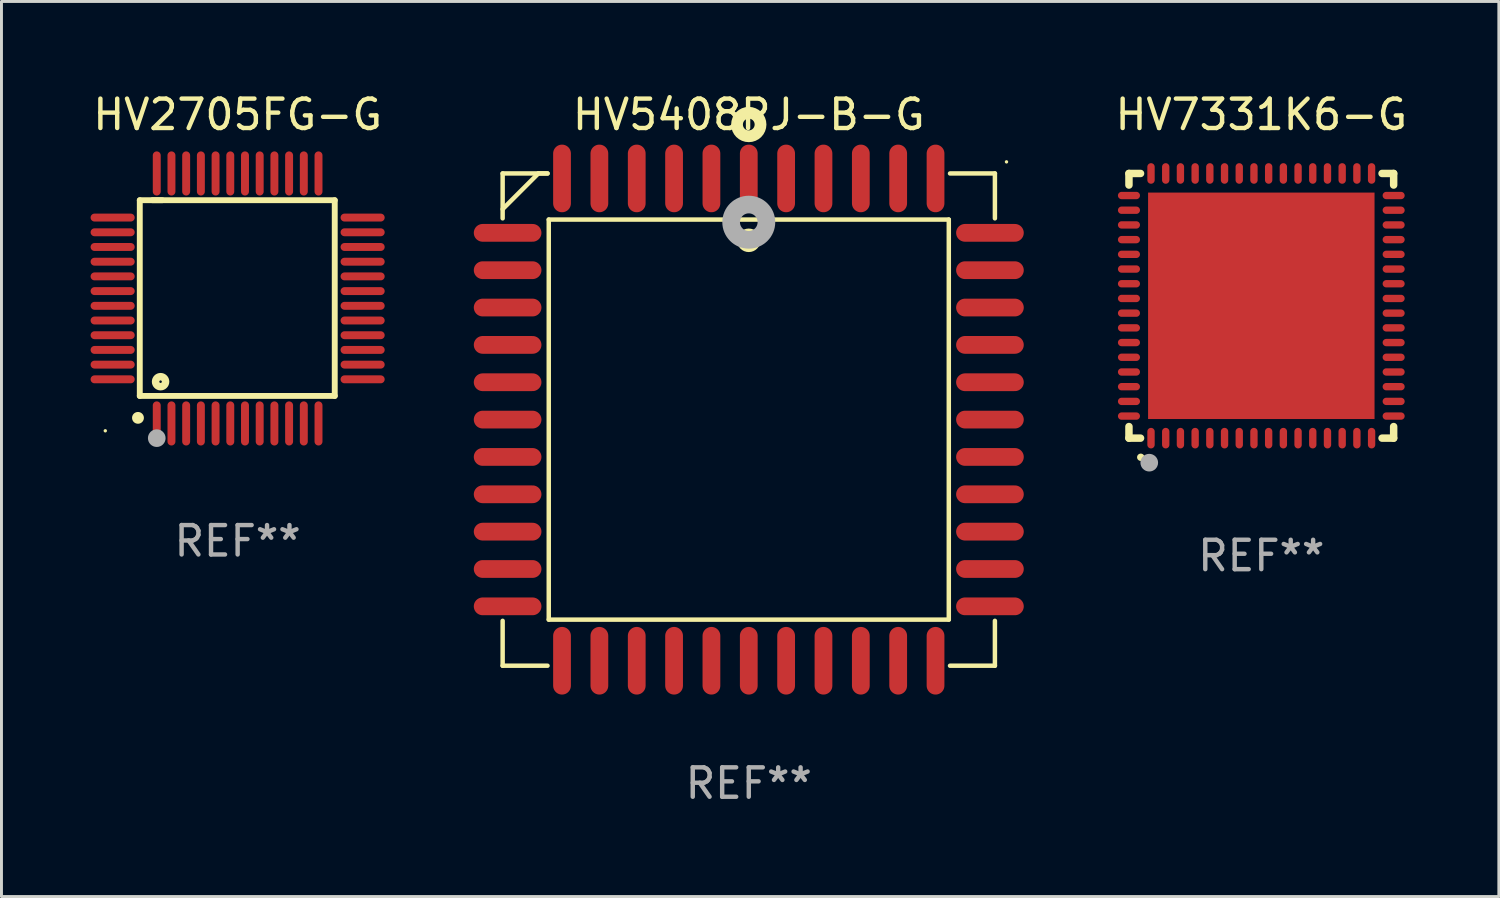
<source format=kicad_pcb>
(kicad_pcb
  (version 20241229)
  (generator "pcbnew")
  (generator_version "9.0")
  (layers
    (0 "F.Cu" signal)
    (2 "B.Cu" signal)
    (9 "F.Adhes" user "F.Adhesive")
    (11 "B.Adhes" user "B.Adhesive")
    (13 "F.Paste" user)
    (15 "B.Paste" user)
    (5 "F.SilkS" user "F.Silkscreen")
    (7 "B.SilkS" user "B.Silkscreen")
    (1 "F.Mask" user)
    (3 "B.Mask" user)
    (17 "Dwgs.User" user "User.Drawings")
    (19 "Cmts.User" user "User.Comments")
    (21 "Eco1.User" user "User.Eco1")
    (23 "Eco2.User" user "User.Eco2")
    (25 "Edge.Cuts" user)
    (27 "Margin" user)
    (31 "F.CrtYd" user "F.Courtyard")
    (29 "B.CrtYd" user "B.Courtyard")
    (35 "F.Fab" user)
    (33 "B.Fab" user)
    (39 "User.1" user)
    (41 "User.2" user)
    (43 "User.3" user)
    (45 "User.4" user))
  (footprint "HV5408PJ-B-G"
    (layer "F.Cu")
    (at 22.41 11.217)
    (property "Reference" "HV5408PJ-B-G" (at 0 -10.369 0) (layer "F.SilkS") (effects (font (size 1 1) (thickness 0.15))))
    (attr through_hole)
    (fp_line (start -8.369 -8.369) (end -8.369 -6.843) (stroke (width 0.152) (type solid)) (layer "F.SilkS"))
    (fp_line (start -8.369 8.369) (end -8.369 6.843) (stroke (width 0.152) (type solid)) (layer "F.SilkS"))
    (fp_line (start -7.156 -8.369) (end -8.369 -7.156) (stroke (width 0.152) (type solid)) (layer "F.SilkS"))
    (fp_line (start -6.843 -8.369) (end -8.369 -8.369) (stroke (width 0.152) (type solid)) (layer "F.SilkS"))
    (fp_line (start -6.843 -8.369) (end -7.156 -8.369) (stroke (width 0.152) (type solid)) (layer "F.SilkS"))
    (fp_line (start -6.843 8.369) (end -8.369 8.369) (stroke (width 0.152) (type solid)) (layer "F.SilkS"))
    (fp_line (start -6.801 -6.801) (end 6.801 -6.801) (stroke (width 0.152) (type solid)) (layer "F.SilkS"))
    (fp_line (start -6.801 6.801) (end -6.801 -6.801) (stroke (width 0.152) (type solid)) (layer "F.SilkS"))
    (fp_line (start 6.801 -6.801) (end 6.801 6.801) (stroke (width 0.152) (type solid)) (layer "F.SilkS"))
    (fp_line (start 6.801 6.801) (end -6.801 6.801) (stroke (width 0.152) (type solid)) (layer "F.SilkS"))
    (fp_line (start 6.843 -8.369) (end 8.369 -8.369) (stroke (width 0.152) (type solid)) (layer "F.SilkS"))
    (fp_line (start 6.843 8.369) (end 8.369 8.369) (stroke (width 0.152) (type solid)) (layer "F.SilkS"))
    (fp_line (start 8.369 -8.369) (end 8.369 -6.843) (stroke (width 0.152) (type solid)) (layer "F.SilkS"))
    (fp_line (start 8.369 8.369) (end 8.369 6.843) (stroke (width 0.152) (type solid)) (layer "F.SilkS"))
    (fp_circle (center -0.000013 -6.096) (end 0.2 -6.096) (stroke (width 0.4) (type solid)) (fill no) (layer "F.SilkS"))
    (fp_circle (center 0.000114 -10.033) (end 0.2 -10.033) (stroke (width 0.4) (type solid)) (fill no) (layer "F.SilkS"))
    (fp_circle (center 8.763 -8.763) (end 8.793 -8.763) (stroke (width 0.06) (type solid)) (fill no) (layer "F.SilkS"))
    (fp_circle (center 0.000114 -6.712) (end 0.3 -6.712) (stroke (width 0.6) (type solid)) (fill no) (layer "F.Fab"))
    (fp_text user "REF**" (at 0 12.369 0) (layer "F.Fab") (effects (font (size 1 1) (thickness 0.15))))
    (pad "1" smd oval (at 0.000114 -8.2) (size 0.604 2.3) (layers "F.Cu" "F.Mask" "F.Paste"))
    (pad "2" smd oval (at -1.27 -8.2) (size 0.604 2.3) (layers "F.Cu" "F.Mask" "F.Paste"))
    (pad "3" smd oval (at -2.54 -8.2) (size 0.604 2.3) (layers "F.Cu" "F.Mask" "F.Paste"))
    (pad "4" smd oval (at -3.81 -8.2) (size 0.604 2.3) (layers "F.Cu" "F.Mask" "F.Paste"))
    (pad "5" smd oval (at -5.08 -8.2) (size 0.604 2.3) (layers "F.Cu" "F.Mask" "F.Paste"))
    (pad "6" smd oval (at -6.35 -8.2) (size 0.604 2.3) (layers "F.Cu" "F.Mask" "F.Paste"))
    (pad "7" smd oval (at -8.2 -6.35) (size 2.3 0.604) (layers "F.Cu" "F.Mask" "F.Paste"))
    (pad "8" smd oval (at -8.2 -5.08) (size 2.3 0.604) (layers "F.Cu" "F.Mask" "F.Paste"))
    (pad "9" smd oval (at -8.2 -3.81) (size 2.3 0.604) (layers "F.Cu" "F.Mask" "F.Paste"))
    (pad "10" smd oval (at -8.2 -2.54) (size 2.3 0.604) (layers "F.Cu" "F.Mask" "F.Paste"))
    (pad "11" smd oval (at -8.2 -1.27) (size 2.3 0.604) (layers "F.Cu" "F.Mask" "F.Paste"))
    (pad "12" smd oval (at -8.2 0.000127) (size 2.3 0.604) (layers "F.Cu" "F.Mask" "F.Paste"))
    (pad "13" smd oval (at -8.2 1.27) (size 2.3 0.604) (layers "F.Cu" "F.Mask" "F.Paste"))
    (pad "14" smd oval (at -8.2 2.54) (size 2.3 0.604) (layers "F.Cu" "F.Mask" "F.Paste"))
    (pad "15" smd oval (at -8.2 3.81) (size 2.3 0.604) (layers "F.Cu" "F.Mask" "F.Paste"))
    (pad "16" smd oval (at -8.2 5.08) (size 2.3 0.604) (layers "F.Cu" "F.Mask" "F.Paste"))
    (pad "17" smd oval (at -8.2 6.35) (size 2.3 0.604) (layers "F.Cu" "F.Mask" "F.Paste"))
    (pad "18" smd oval (at -6.35 8.2) (size 0.604 2.3) (layers "F.Cu" "F.Mask" "F.Paste"))
    (pad "19" smd oval (at -5.08 8.2) (size 0.604 2.3) (layers "F.Cu" "F.Mask" "F.Paste"))
    (pad "20" smd oval (at -3.81 8.2) (size 0.604 2.3) (layers "F.Cu" "F.Mask" "F.Paste"))
    (pad "21" smd oval (at -2.54 8.2) (size 0.604 2.3) (layers "F.Cu" "F.Mask" "F.Paste"))
    (pad "22" smd oval (at -1.27 8.2) (size 0.604 2.3) (layers "F.Cu" "F.Mask" "F.Paste"))
    (pad "23" smd oval (at 0.000114 8.2) (size 0.604 2.3) (layers "F.Cu" "F.Mask" "F.Paste"))
    (pad "24" smd oval (at 1.27 8.2) (size 0.604 2.3) (layers "F.Cu" "F.Mask" "F.Paste"))
    (pad "25" smd oval (at 2.54 8.2) (size 0.604 2.3) (layers "F.Cu" "F.Mask" "F.Paste"))
    (pad "26" smd oval (at 3.81 8.2) (size 0.604 2.3) (layers "F.Cu" "F.Mask" "F.Paste"))
    (pad "27" smd oval (at 5.08 8.2) (size 0.604 2.3) (layers "F.Cu" "F.Mask" "F.Paste"))
    (pad "28" smd oval (at 6.35 8.2) (size 0.604 2.3) (layers "F.Cu" "F.Mask" "F.Paste"))
    (pad "29" smd oval (at 8.2 6.35) (size 2.3 0.604) (layers "F.Cu" "F.Mask" "F.Paste"))
    (pad "30" smd oval (at 8.2 5.08) (size 2.3 0.604) (layers "F.Cu" "F.Mask" "F.Paste"))
    (pad "31" smd oval (at 8.2 3.81) (size 2.3 0.604) (layers "F.Cu" "F.Mask" "F.Paste"))
    (pad "32" smd oval (at 8.2 2.54) (size 2.3 0.604) (layers "F.Cu" "F.Mask" "F.Paste"))
    (pad "33" smd oval (at 8.2 1.27) (size 2.3 0.604) (layers "F.Cu" "F.Mask" "F.Paste"))
    (pad "34" smd oval (at 8.2 0.000127) (size 2.3 0.604) (layers "F.Cu" "F.Mask" "F.Paste"))
    (pad "35" smd oval (at 8.2 -1.27) (size 2.3 0.604) (layers "F.Cu" "F.Mask" "F.Paste"))
    (pad "36" smd oval (at 8.2 -2.54) (size 2.3 0.604) (layers "F.Cu" "F.Mask" "F.Paste"))
    (pad "37" smd oval (at 8.2 -3.81) (size 2.3 0.604) (layers "F.Cu" "F.Mask" "F.Paste"))
    (pad "38" smd oval (at 8.2 -5.08) (size 2.3 0.604) (layers "F.Cu" "F.Mask" "F.Paste"))
    (pad "39" smd oval (at 8.2 -6.35) (size 2.3 0.604) (layers "F.Cu" "F.Mask" "F.Paste"))
    (pad "40" smd oval (at 6.35 -8.2) (size 0.604 2.3) (layers "F.Cu" "F.Mask" "F.Paste"))
    (pad "41" smd oval (at 5.08 -8.2) (size 0.604 2.3) (layers "F.Cu" "F.Mask" "F.Paste"))
    (pad "42" smd oval (at 3.81 -8.2) (size 0.604 2.3) (layers "F.Cu" "F.Mask" "F.Paste"))
    (pad "43" smd oval (at 2.54 -8.2) (size 0.604 2.3) (layers "F.Cu" "F.Mask" "F.Paste"))
    (pad "44" smd oval (at 1.27 -8.2) (size 0.604 2.3) (layers "F.Cu" "F.Mask" "F.Paste")))
  (footprint "HV7331K6-G"
    (layer "F.Cu")
    (at 39.837 7.348)
    (property "Reference" "HV7331K6-G" (at 0 -6.5 0) (layer "F.SilkS") (effects (font (size 1 1) (thickness 0.15))))
    (attr through_hole)
    (fp_line (start -4.5 -4.5) (end -4.106 -4.5) (stroke (width 0.254) (type solid)) (layer "F.SilkS"))
    (fp_line (start -4.5 -4.106) (end -4.5 -4.5) (stroke (width 0.254) (type solid)) (layer "F.SilkS"))
    (fp_line (start -4.5 4.5) (end -4.5 4.106) (stroke (width 0.254) (type solid)) (layer "F.SilkS"))
    (fp_line (start -4.106 4.5) (end -4.5 4.5) (stroke (width 0.254) (type solid)) (layer "F.SilkS"))
    (fp_line (start 4.106 -4.5) (end 4.5 -4.5) (stroke (width 0.254) (type solid)) (layer "F.SilkS"))
    (fp_line (start 4.5 -4.5) (end 4.5 -4.106) (stroke (width 0.254) (type solid)) (layer "F.SilkS"))
    (fp_line (start 4.5 4.106) (end 4.5 4.5) (stroke (width 0.254) (type solid)) (layer "F.SilkS"))
    (fp_line (start 4.5 4.5) (end 4.106 4.5) (stroke (width 0.254) (type solid)) (layer "F.SilkS"))
    (fp_arc (start -4.099987 5.149898) (mid -4.098717 5.149892) (end -4.097447 5.149898) (stroke (width 0.24892) (type solid)) (layer "F.SilkS"))
    (fp_circle (center -4.5 4.5) (end -4.47 4.5) (stroke (width 0.06) (type solid)) (fill no) (layer "F.SilkS"))
    (fp_circle (center -3.81 5.334) (end -3.66 5.334) (stroke (width 0.3) (type solid)) (fill no) (layer "F.Fab"))
    (fp_text user "REF**" (at 0 8.5 0) (layer "F.Fab") (effects (font (size 1 1) (thickness 0.15))))
    (pad "1" smd oval (at -3.75 4.5) (size 0.25 0.7) (layers "F.Cu" "F.Mask" "F.Paste"))
    (pad "2" smd oval (at -3.25 4.5) (size 0.25 0.7) (layers "F.Cu" "F.Mask" "F.Paste"))
    (pad "3" smd oval (at -2.75 4.5) (size 0.25 0.7) (layers "F.Cu" "F.Mask" "F.Paste"))
    (pad "4" smd oval (at -2.25 4.5) (size 0.25 0.7) (layers "F.Cu" "F.Mask" "F.Paste"))
    (pad "5" smd oval (at -1.75 4.5) (size 0.25 0.7) (layers "F.Cu" "F.Mask" "F.Paste"))
    (pad "6" smd oval (at -1.25 4.5) (size 0.25 0.7) (layers "F.Cu" "F.Mask" "F.Paste"))
    (pad "7" smd oval (at -0.75 4.5) (size 0.25 0.7) (layers "F.Cu" "F.Mask" "F.Paste"))
    (pad "8" smd oval (at -0.25 4.5) (size 0.25 0.7) (layers "F.Cu" "F.Mask" "F.Paste"))
    (pad "9" smd oval (at 0.25 4.5) (size 0.25 0.7) (layers "F.Cu" "F.Mask" "F.Paste"))
    (pad "10" smd oval (at 0.75 4.5) (size 0.25 0.7) (layers "F.Cu" "F.Mask" "F.Paste"))
    (pad "11" smd oval (at 1.25 4.5) (size 0.25 0.7) (layers "F.Cu" "F.Mask" "F.Paste"))
    (pad "12" smd oval (at 1.75 4.5) (size 0.25 0.7) (layers "F.Cu" "F.Mask" "F.Paste"))
    (pad "13" smd oval (at 2.25 4.5) (size 0.25 0.7) (layers "F.Cu" "F.Mask" "F.Paste"))
    (pad "14" smd oval (at 2.75 4.5) (size 0.25 0.7) (layers "F.Cu" "F.Mask" "F.Paste"))
    (pad "15" smd oval (at 3.25 4.5) (size 0.25 0.7) (layers "F.Cu" "F.Mask" "F.Paste"))
    (pad "16" smd oval (at 3.75 4.5) (size 0.25 0.7) (layers "F.Cu" "F.Mask" "F.Paste"))
    (pad "17" smd oval (at 4.5 3.75) (size 0.75 0.25) (layers "F.Cu" "F.Mask" "F.Paste"))
    (pad "18" smd oval (at 4.5 3.25) (size 0.75 0.25) (layers "F.Cu" "F.Mask" "F.Paste"))
    (pad "19" smd oval (at 4.5 2.75) (size 0.75 0.25) (layers "F.Cu" "F.Mask" "F.Paste"))
    (pad "20" smd oval (at 4.5 2.25) (size 0.75 0.25) (layers "F.Cu" "F.Mask" "F.Paste"))
    (pad "21" smd oval (at 4.5 1.75) (size 0.75 0.25) (layers "F.Cu" "F.Mask" "F.Paste"))
    (pad "22" smd oval (at 4.5 1.25) (size 0.75 0.25) (layers "F.Cu" "F.Mask" "F.Paste"))
    (pad "23" smd oval (at 4.5 0.75) (size 0.75 0.25) (layers "F.Cu" "F.Mask" "F.Paste"))
    (pad "24" smd oval (at 4.5 0.25) (size 0.75 0.25) (layers "F.Cu" "F.Mask" "F.Paste"))
    (pad "25" smd oval (at 4.5 -0.25) (size 0.75 0.25) (layers "F.Cu" "F.Mask" "F.Paste"))
    (pad "26" smd oval (at 4.5 -0.75) (size 0.75 0.25) (layers "F.Cu" "F.Mask" "F.Paste"))
    (pad "27" smd oval (at 4.5 -1.25) (size 0.75 0.25) (layers "F.Cu" "F.Mask" "F.Paste"))
    (pad "28" smd oval (at 4.5 -1.75) (size 0.75 0.25) (layers "F.Cu" "F.Mask" "F.Paste"))
    (pad "29" smd oval (at 4.5 -2.25) (size 0.75 0.25) (layers "F.Cu" "F.Mask" "F.Paste"))
    (pad "30" smd oval (at 4.5 -2.75) (size 0.75 0.25) (layers "F.Cu" "F.Mask" "F.Paste"))
    (pad "31" smd oval (at 4.5 -3.25) (size 0.75 0.25) (layers "F.Cu" "F.Mask" "F.Paste"))
    (pad "32" smd oval (at 4.5 -3.75) (size 0.75 0.25) (layers "F.Cu" "F.Mask" "F.Paste"))
    (pad "33" smd oval (at 3.75 -4.5) (size 0.25 0.7) (layers "F.Cu" "F.Mask" "F.Paste"))
    (pad "34" smd oval (at 3.25 -4.5) (size 0.25 0.7) (layers "F.Cu" "F.Mask" "F.Paste"))
    (pad "35" smd oval (at 2.75 -4.5) (size 0.25 0.7) (layers "F.Cu" "F.Mask" "F.Paste"))
    (pad "36" smd oval (at 2.25 -4.5) (size 0.25 0.7) (layers "F.Cu" "F.Mask" "F.Paste"))
    (pad "37" smd oval (at 1.75 -4.5) (size 0.25 0.7) (layers "F.Cu" "F.Mask" "F.Paste"))
    (pad "38" smd oval (at 1.25 -4.5) (size 0.25 0.7) (layers "F.Cu" "F.Mask" "F.Paste"))
    (pad "39" smd oval (at 0.75 -4.5) (size 0.25 0.7) (layers "F.Cu" "F.Mask" "F.Paste"))
    (pad "40" smd oval (at 0.25 -4.5) (size 0.25 0.7) (layers "F.Cu" "F.Mask" "F.Paste"))
    (pad "41" smd oval (at -0.25 -4.5) (size 0.25 0.7) (layers "F.Cu" "F.Mask" "F.Paste"))
    (pad "42" smd oval (at -0.75 -4.5) (size 0.25 0.7) (layers "F.Cu" "F.Mask" "F.Paste"))
    (pad "43" smd oval (at -1.25 -4.5) (size 0.25 0.7) (layers "F.Cu" "F.Mask" "F.Paste"))
    (pad "44" smd oval (at -1.75 -4.5) (size 0.25 0.7) (layers "F.Cu" "F.Mask" "F.Paste"))
    (pad "45" smd oval (at -2.25 -4.5) (size 0.25 0.7) (layers "F.Cu" "F.Mask" "F.Paste"))
    (pad "46" smd oval (at -2.75 -4.5) (size 0.25 0.7) (layers "F.Cu" "F.Mask" "F.Paste"))
    (pad "47" smd oval (at -3.25 -4.5) (size 0.25 0.7) (layers "F.Cu" "F.Mask" "F.Paste"))
    (pad "48" smd oval (at -3.75 -4.5) (size 0.25 0.7) (layers "F.Cu" "F.Mask" "F.Paste"))
    (pad "49" smd oval (at -4.5 -3.75) (size 0.75 0.25) (layers "F.Cu" "F.Mask" "F.Paste"))
    (pad "50" smd oval (at -4.5 -3.25) (size 0.75 0.25) (layers "F.Cu" "F.Mask" "F.Paste"))
    (pad "51" smd oval (at -4.5 -2.75) (size 0.75 0.25) (layers "F.Cu" "F.Mask" "F.Paste"))
    (pad "52" smd oval (at -4.5 -2.25) (size 0.75 0.25) (layers "F.Cu" "F.Mask" "F.Paste"))
    (pad "53" smd oval (at -4.5 -1.75) (size 0.75 0.25) (layers "F.Cu" "F.Mask" "F.Paste"))
    (pad "54" smd oval (at -4.5 -1.25) (size 0.75 0.25) (layers "F.Cu" "F.Mask" "F.Paste"))
    (pad "55" smd oval (at -4.5 -0.75) (size 0.75 0.25) (layers "F.Cu" "F.Mask" "F.Paste"))
    (pad "56" smd oval (at -4.5 -0.25) (size 0.75 0.25) (layers "F.Cu" "F.Mask" "F.Paste"))
    (pad "57" smd oval (at -4.5 0.25) (size 0.75 0.25) (layers "F.Cu" "F.Mask" "F.Paste"))
    (pad "58" smd oval (at -4.5 0.75) (size 0.75 0.25) (layers "F.Cu" "F.Mask" "F.Paste"))
    (pad "59" smd oval (at -4.5 1.25) (size 0.75 0.25) (layers "F.Cu" "F.Mask" "F.Paste"))
    (pad "60" smd oval (at -4.5 1.75) (size 0.75 0.25) (layers "F.Cu" "F.Mask" "F.Paste"))
    (pad "61" smd oval (at -4.5 2.25) (size 0.75 0.25) (layers "F.Cu" "F.Mask" "F.Paste"))
    (pad "62" smd oval (at -4.5 2.75) (size 0.75 0.25) (layers "F.Cu" "F.Mask" "F.Paste"))
    (pad "63" smd oval (at -4.5 3.25) (size 0.75 0.25) (layers "F.Cu" "F.Mask" "F.Paste"))
    (pad "64" smd oval (at -4.5 3.75) (size 0.75 0.25) (layers "F.Cu" "F.Mask" "F.Paste"))
    (pad "65" smd rect (at 0.000394 -0.000013) (size 7.7 7.7) (layers "F.Cu" "F.Mask" "F.Paste")))
  (footprint "HV2705FG-G"
    (layer "F.Cu")
    (at 5.03 7.098)
    (property "Reference" "HV2705FG-G" (at 0 -6.25 0) (layer "F.SilkS") (effects (font (size 1 1) (thickness 0.15))))
    (attr through_hole)
    (fp_line (start -3.327 -3.34) (end -2.565 -3.34) (stroke (width 0.2) (type solid)) (layer "F.SilkS"))
    (fp_line (start -3.327 3.315) (end -3.327 -3.34) (stroke (width 0.2) (type solid)) (layer "F.SilkS"))
    (fp_line (start -2.896 -3.34) (end 3.302 -3.34) (stroke (width 0.2) (type solid)) (layer "F.SilkS"))
    (fp_line (start 3.302 -3.34) (end 3.302 3.315) (stroke (width 0.2) (type solid)) (layer "F.SilkS"))
    (fp_line (start 3.302 3.315) (end -3.327 3.315) (stroke (width 0.2) (type solid)) (layer "F.SilkS"))
    (fp_arc (start -3.389992 4.059995) (mid -3.388722 4.059991) (end -3.387452 4.059995) (stroke (width 0.4) (type solid)) (layer "F.SilkS"))
    (fp_circle (center -4.5 4.5) (end -4.47 4.5) (stroke (width 0.06) (type solid)) (fill no) (layer "F.SilkS"))
    (fp_circle (center -2.62 2.83) (end -2.45 2.83) (stroke (width 0.254) (type solid)) (fill no) (layer "F.SilkS"))
    (fp_circle (center -2.75 4.75) (end -2.6 4.75) (stroke (width 0.3) (type solid)) (fill no) (layer "F.Fab"))
    (fp_text user "REF**" (at 0 8.25 0) (layer "F.Fab") (effects (font (size 1 1) (thickness 0.15))))
    (pad "1" smd oval (at -2.75 4.25) (size 0.27 1.5) (layers "F.Cu" "F.Mask" "F.Paste"))
    (pad "2" smd oval (at -2.25 4.25) (size 0.27 1.5) (layers "F.Cu" "F.Mask" "F.Paste"))
    (pad "3" smd oval (at -1.75 4.25) (size 0.27 1.5) (layers "F.Cu" "F.Mask" "F.Paste"))
    (pad "4" smd oval (at -1.25 4.25) (size 0.27 1.5) (layers "F.Cu" "F.Mask" "F.Paste"))
    (pad "5" smd oval (at -0.75 4.25) (size 0.27 1.5) (layers "F.Cu" "F.Mask" "F.Paste"))
    (pad "6" smd oval (at -0.25 4.25) (size 0.27 1.5) (layers "F.Cu" "F.Mask" "F.Paste"))
    (pad "7" smd oval (at 0.25 4.25) (size 0.27 1.5) (layers "F.Cu" "F.Mask" "F.Paste"))
    (pad "8" smd oval (at 0.75 4.25) (size 0.27 1.5) (layers "F.Cu" "F.Mask" "F.Paste"))
    (pad "9" smd oval (at 1.25 4.25) (size 0.27 1.5) (layers "F.Cu" "F.Mask" "F.Paste"))
    (pad "10" smd oval (at 1.75 4.25) (size 0.27 1.5) (layers "F.Cu" "F.Mask" "F.Paste"))
    (pad "11" smd oval (at 2.25 4.25) (size 0.27 1.5) (layers "F.Cu" "F.Mask" "F.Paste"))
    (pad "12" smd oval (at 2.75 4.25) (size 0.27 1.5) (layers "F.Cu" "F.Mask" "F.Paste"))
    (pad "13" smd oval (at 4.25 2.75) (size 1.5 0.27) (layers "F.Cu" "F.Mask" "F.Paste"))
    (pad "14" smd oval (at 4.25 2.25) (size 1.5 0.27) (layers "F.Cu" "F.Mask" "F.Paste"))
    (pad "15" smd oval (at 4.25 1.75) (size 1.5 0.27) (layers "F.Cu" "F.Mask" "F.Paste"))
    (pad "16" smd oval (at 4.25 1.25) (size 1.5 0.27) (layers "F.Cu" "F.Mask" "F.Paste"))
    (pad "17" smd oval (at 4.25 0.75) (size 1.5 0.27) (layers "F.Cu" "F.Mask" "F.Paste"))
    (pad "18" smd oval (at 4.25 0.25) (size 1.5 0.27) (layers "F.Cu" "F.Mask" "F.Paste"))
    (pad "19" smd oval (at 4.25 -0.25) (size 1.5 0.27) (layers "F.Cu" "F.Mask" "F.Paste"))
    (pad "20" smd oval (at 4.25 -0.75) (size 1.5 0.27) (layers "F.Cu" "F.Mask" "F.Paste"))
    (pad "21" smd oval (at 4.25 -1.25) (size 1.5 0.27) (layers "F.Cu" "F.Mask" "F.Paste"))
    (pad "22" smd oval (at 4.25 -1.75) (size 1.5 0.27) (layers "F.Cu" "F.Mask" "F.Paste"))
    (pad "23" smd oval (at 4.25 -2.25) (size 1.5 0.27) (layers "F.Cu" "F.Mask" "F.Paste"))
    (pad "24" smd oval (at 4.25 -2.75) (size 1.5 0.27) (layers "F.Cu" "F.Mask" "F.Paste"))
    (pad "25" smd oval (at 2.75 -4.25) (size 0.27 1.5) (layers "F.Cu" "F.Mask" "F.Paste"))
    (pad "26" smd oval (at 2.25 -4.25) (size 0.27 1.5) (layers "F.Cu" "F.Mask" "F.Paste"))
    (pad "27" smd oval (at 1.75 -4.25) (size 0.27 1.5) (layers "F.Cu" "F.Mask" "F.Paste"))
    (pad "28" smd oval (at 1.25 -4.25) (size 0.27 1.5) (layers "F.Cu" "F.Mask" "F.Paste"))
    (pad "29" smd oval (at 0.75 -4.25) (size 0.27 1.5) (layers "F.Cu" "F.Mask" "F.Paste"))
    (pad "30" smd oval (at 0.25 -4.25) (size 0.27 1.5) (layers "F.Cu" "F.Mask" "F.Paste"))
    (pad "31" smd oval (at -0.25 -4.25) (size 0.27 1.5) (layers "F.Cu" "F.Mask" "F.Paste"))
    (pad "32" smd oval (at -0.75 -4.25) (size 0.27 1.5) (layers "F.Cu" "F.Mask" "F.Paste"))
    (pad "33" smd oval (at -1.25 -4.25) (size 0.27 1.5) (layers "F.Cu" "F.Mask" "F.Paste"))
    (pad "34" smd oval (at -1.75 -4.25) (size 0.27 1.5) (layers "F.Cu" "F.Mask" "F.Paste"))
    (pad "35" smd oval (at -2.25 -4.25) (size 0.27 1.5) (layers "F.Cu" "F.Mask" "F.Paste"))
    (pad "36" smd oval (at -2.75 -4.25) (size 0.27 1.5) (layers "F.Cu" "F.Mask" "F.Paste"))
    (pad "37" smd oval (at -4.25 -2.75) (size 1.5 0.27) (layers "F.Cu" "F.Mask" "F.Paste"))
    (pad "38" smd oval (at -4.25 -2.25) (size 1.5 0.27) (layers "F.Cu" "F.Mask" "F.Paste"))
    (pad "39" smd oval (at -4.25 -1.75) (size 1.5 0.27) (layers "F.Cu" "F.Mask" "F.Paste"))
    (pad "40" smd oval (at -4.25 -1.25) (size 1.5 0.27) (layers "F.Cu" "F.Mask" "F.Paste"))
    (pad "41" smd oval (at -4.25 -0.75) (size 1.5 0.27) (layers "F.Cu" "F.Mask" "F.Paste"))
    (pad "42" smd oval (at -4.25 -0.25) (size 1.5 0.27) (layers "F.Cu" "F.Mask" "F.Paste"))
    (pad "43" smd oval (at -4.25 0.25) (size 1.5 0.27) (layers "F.Cu" "F.Mask" "F.Paste"))
    (pad "44" smd oval (at -4.25 0.75) (size 1.5 0.27) (layers "F.Cu" "F.Mask" "F.Paste"))
    (pad "45" smd oval (at -4.25 1.25) (size 1.5 0.27) (layers "F.Cu" "F.Mask" "F.Paste"))
    (pad "46" smd oval (at -4.25 1.75) (size 1.5 0.27) (layers "F.Cu" "F.Mask" "F.Paste"))
    (pad "47" smd oval (at -4.25 2.25) (size 1.5 0.27) (layers "F.Cu" "F.Mask" "F.Paste"))
    (pad "48" smd oval (at -4.25 2.75) (size 1.5 0.27) (layers "F.Cu" "F.Mask" "F.Paste")))
  (gr_rect
    (start -3 -3)
    (end 47.914 27.435)
    (stroke (width 0.1) (type default))
    (fill no)
    (layer "Edge.Cuts")))
</source>
